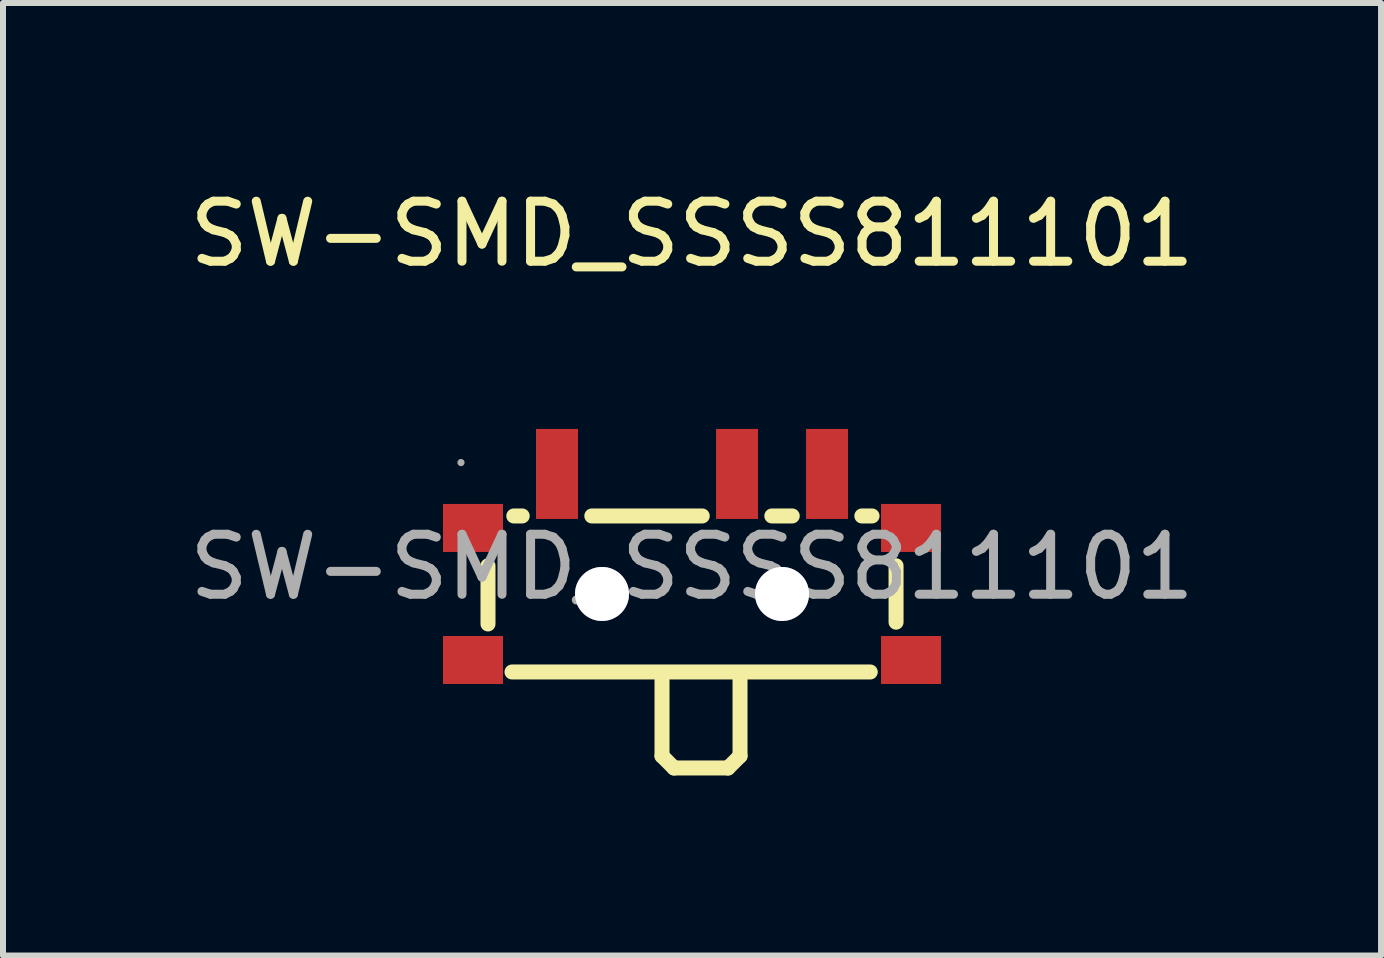
<source format=kicad_pcb>
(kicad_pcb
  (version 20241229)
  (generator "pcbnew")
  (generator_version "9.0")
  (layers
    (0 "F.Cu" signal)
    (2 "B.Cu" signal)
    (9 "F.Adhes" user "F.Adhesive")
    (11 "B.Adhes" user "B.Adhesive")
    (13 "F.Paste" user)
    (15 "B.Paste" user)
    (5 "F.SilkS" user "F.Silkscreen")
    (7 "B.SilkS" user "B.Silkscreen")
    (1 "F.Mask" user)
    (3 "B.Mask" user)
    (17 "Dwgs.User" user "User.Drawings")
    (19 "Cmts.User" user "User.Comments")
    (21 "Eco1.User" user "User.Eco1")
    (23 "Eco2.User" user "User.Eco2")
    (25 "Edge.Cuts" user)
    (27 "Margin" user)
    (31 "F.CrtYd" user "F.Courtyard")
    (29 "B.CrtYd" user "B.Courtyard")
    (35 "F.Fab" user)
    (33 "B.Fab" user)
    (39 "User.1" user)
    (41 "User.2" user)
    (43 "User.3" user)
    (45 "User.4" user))
  (footprint "SW-SMD_SSSS811101"
    (layer "F.Cu")
    (at 8.482 6.398)
    (property "Reference" "SW-SMD_SSSS811101" (at 0 -5.55 0) (layer "F.SilkS") (effects (font (size 1 1) (thickness 0.15))))
    (attr smd)
    (fp_line (start -3.4 0.95) (end -3.4 -0.02) (stroke (width 0.25) (type solid)) (layer "F.SilkS"))
    (fp_line (start -2.97 -0.85) (end -2.83 -0.85) (stroke (width 0.25) (type solid)) (layer "F.SilkS"))
    (fp_line (start -1.67 -0.85) (end 0.17 -0.85) (stroke (width 0.25) (type solid)) (layer "F.SilkS"))
    (fp_line (start -0.5 3.15) (end -0.5 1.85) (stroke (width 0.25) (type solid)) (layer "F.SilkS"))
    (fp_line (start -0.3 3.35) (end -0.5 3.15) (stroke (width 0.25) (type solid)) (layer "F.SilkS"))
    (fp_line (start -0.3 3.35) (end 0.6 3.35) (stroke (width 0.25) (type solid)) (layer "F.SilkS"))
    (fp_line (start 0.6 3.35) (end 0.8 3.15) (stroke (width 0.25) (type solid)) (layer "F.SilkS"))
    (fp_line (start 0.8 3.15) (end 0.8 1.85) (stroke (width 0.25) (type solid)) (layer "F.SilkS"))
    (fp_line (start 1.33 -0.85) (end 1.67 -0.85) (stroke (width 0.25) (type solid)) (layer "F.SilkS"))
    (fp_line (start 2.83 -0.85) (end 3 -0.85) (stroke (width 0.25) (type solid)) (layer "F.SilkS"))
    (fp_line (start 2.97 1.75) (end -3 1.75) (stroke (width 0.25) (type solid)) (layer "F.SilkS"))
    (fp_line (start 3.4 -0.02) (end 3.4 0.92) (stroke (width 0.25) (type solid)) (layer "F.SilkS"))
    (fp_circle (center -1.5 0.45) (end -1.3 0.45) (stroke (width 0.4) (type solid)) (fill no) (layer "Cmts.User"))
    (fp_circle (center 1.5 0.45) (end 1.7 0.45) (stroke (width 0.4) (type solid)) (fill no) (layer "Cmts.User"))
    (fp_circle (center -3.85 -1.74) (end -3.82 -1.74) (stroke (width 0.06) (type solid)) (fill no) (layer "F.Fab"))
    (fp_text user "${REFERENCE}" (at 0 0 0) (layer "F.Fab") (effects (font (size 1 1) (thickness 0.15))))
    (pad "" thru_hole circle (at -1.5 0.45) (size 0.9 0.9) (drill 0.9) (layers "*.Cu" "*.Mask"))
    (pad "" thru_hole circle (at 1.5 0.45) (size 0.9 0.9) (drill 0.9) (layers "*.Cu" "*.Mask"))
    (pad "1" smd rect (at -2.25 -1.55) (size 0.7 1.5) (layers "F.Cu" "F.Mask" "F.Paste"))
    (pad "2" smd rect (at 0.75 -1.55) (size 0.7 1.5) (layers "F.Cu" "F.Mask" "F.Paste"))
    (pad "3" smd rect (at 2.25 -1.55) (size 0.7 1.5) (layers "F.Cu" "F.Mask" "F.Paste"))
    (pad "4" smd rect (at -3.65 -0.65 90) (size 0.8 1) (layers "F.Cu" "F.Mask" "F.Paste"))
    (pad "5" smd rect (at 3.65 -0.65 90) (size 0.8 1) (layers "F.Cu" "F.Mask" "F.Paste"))
    (pad "6" smd rect (at 3.65 1.55 90) (size 0.8 1) (layers "F.Cu" "F.Mask" "F.Paste"))
    (pad "7" smd rect (at -3.65 1.55 90) (size 0.8 1) (layers "F.Cu" "F.Mask" "F.Paste")))
  (gr_rect
    (start -3 -3)
    (end 19.964 12.873)
    (stroke (width 0.1) (type default))
    (fill no)
    (layer "Edge.Cuts")))
</source>
